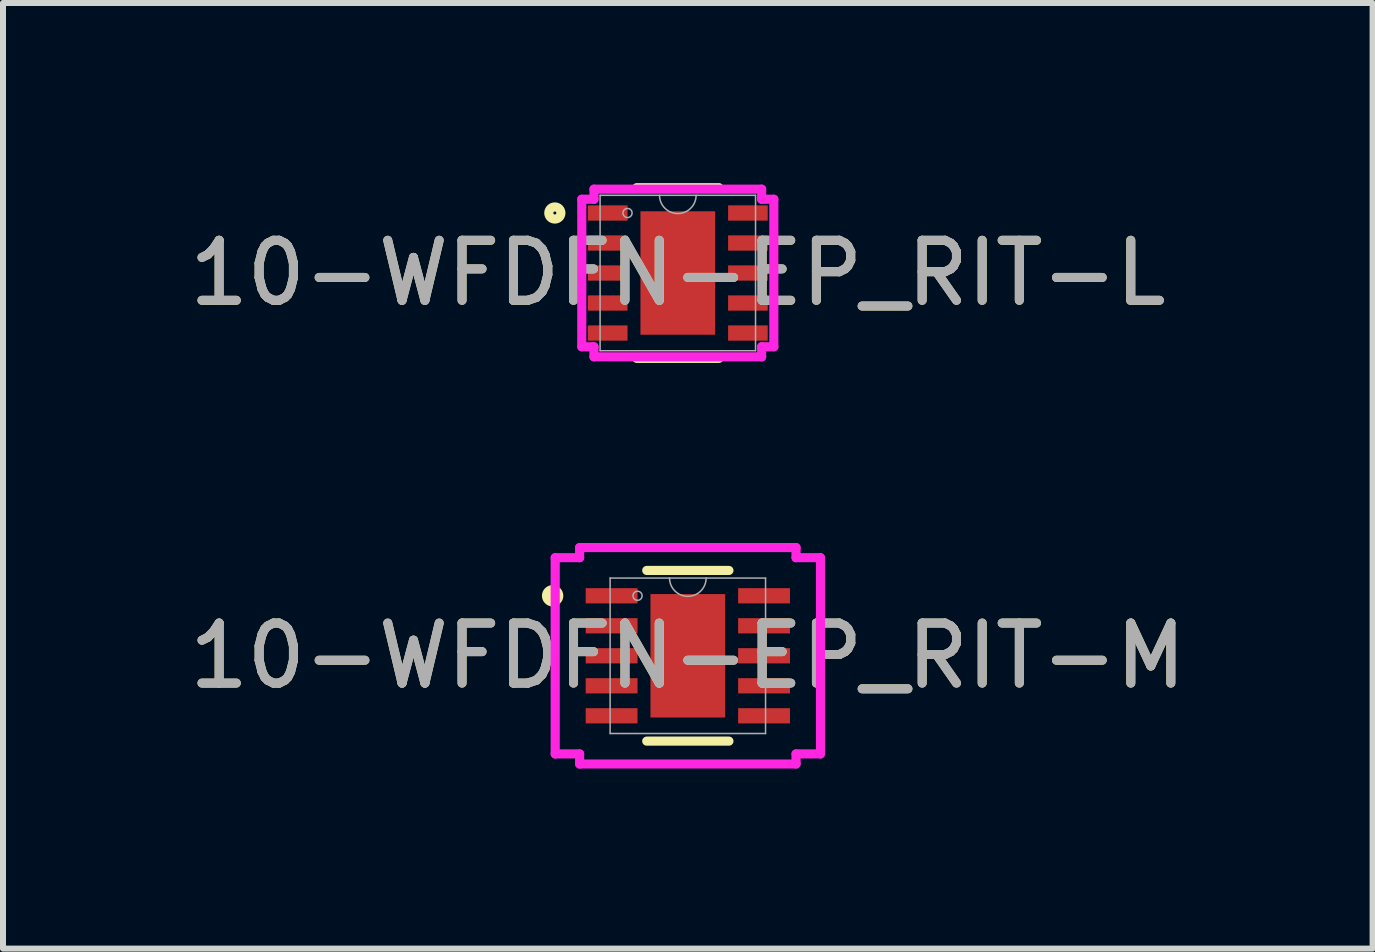
<source format=kicad_pcb>
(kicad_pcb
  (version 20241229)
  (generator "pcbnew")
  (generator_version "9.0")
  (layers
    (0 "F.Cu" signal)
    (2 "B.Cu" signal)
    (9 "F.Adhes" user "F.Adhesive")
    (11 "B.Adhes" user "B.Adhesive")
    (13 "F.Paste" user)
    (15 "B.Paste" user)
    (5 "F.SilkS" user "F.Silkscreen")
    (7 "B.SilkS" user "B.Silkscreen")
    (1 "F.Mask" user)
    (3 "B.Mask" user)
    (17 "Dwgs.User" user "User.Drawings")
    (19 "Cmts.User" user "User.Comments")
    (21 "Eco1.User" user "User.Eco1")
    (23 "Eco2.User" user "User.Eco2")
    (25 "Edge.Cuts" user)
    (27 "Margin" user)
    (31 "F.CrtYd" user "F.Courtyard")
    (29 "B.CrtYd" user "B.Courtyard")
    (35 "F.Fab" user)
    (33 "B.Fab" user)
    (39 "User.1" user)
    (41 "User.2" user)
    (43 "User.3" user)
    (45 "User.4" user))
  (footprint "10-WFDFN-EP_RIT-M"
    (layer "F.Cu")
    (at 8.411 7.877)
    (property "Reference" "10-WFDFN-EP_RIT-M" (at 0 0 0) (unlocked yes) (layer "F.SilkS") (effects (font (size 1 1) (thickness 0.15))))
    (attr smd)
    (fp_line (start -0.685 1.422) (end 0.685 1.422) (stroke (width 0.152) (type solid)) (layer "F.SilkS"))
    (fp_line (start 0.685 -1.422) (end -0.685 -1.422) (stroke (width 0.152) (type solid)) (layer "F.SilkS"))
    (fp_circle (center -2.253 -1) (end -2.151 -1) (stroke (width 0.152) (type solid)) (fill no) (layer "F.SilkS"))
    (fp_line (start -2.21 -1.635) (end -1.803 -1.635) (stroke (width 0.152) (type solid)) (layer "F.CrtYd"))
    (fp_line (start -2.21 1.635) (end -2.21 -1.635) (stroke (width 0.152) (type solid)) (layer "F.CrtYd"))
    (fp_line (start -2.21 1.635) (end -1.803 1.635) (stroke (width 0.152) (type solid)) (layer "F.CrtYd"))
    (fp_line (start -1.803 -1.803) (end 1.803 -1.803) (stroke (width 0.152) (type solid)) (layer "F.CrtYd"))
    (fp_line (start -1.803 -1.635) (end -1.803 -1.803) (stroke (width 0.152) (type solid)) (layer "F.CrtYd"))
    (fp_line (start -1.803 1.803) (end -1.803 1.635) (stroke (width 0.152) (type solid)) (layer "F.CrtYd"))
    (fp_line (start 1.803 -1.803) (end 1.803 -1.635) (stroke (width 0.152) (type solid)) (layer "F.CrtYd"))
    (fp_line (start 1.803 1.635) (end 1.803 1.803) (stroke (width 0.152) (type solid)) (layer "F.CrtYd"))
    (fp_line (start 1.803 1.803) (end -1.803 1.803) (stroke (width 0.152) (type solid)) (layer "F.CrtYd"))
    (fp_line (start 2.21 -1.635) (end 1.803 -1.635) (stroke (width 0.152) (type solid)) (layer "F.CrtYd"))
    (fp_line (start 2.21 -1.635) (end 2.21 1.635) (stroke (width 0.152) (type solid)) (layer "F.CrtYd"))
    (fp_line (start 2.21 1.635) (end 1.803 1.635) (stroke (width 0.152) (type solid)) (layer "F.CrtYd"))
    (fp_line (start -1.295 -1.295) (end -1.295 1.295) (stroke (width 0.025) (type solid)) (layer "F.Fab"))
    (fp_line (start -1.295 1.295) (end 1.295 1.295) (stroke (width 0.025) (type solid)) (layer "F.Fab"))
    (fp_line (start 1.295 -1.295) (end -1.295 -1.295) (stroke (width 0.025) (type solid)) (layer "F.Fab"))
    (fp_line (start 1.295 1.295) (end 1.295 -1.295) (stroke (width 0.025) (type solid)) (layer "F.Fab"))
    (fp_arc (start 0.3048 -1.2954) (mid 0 -0.9906) (end -0.3048 -1.2954) (stroke (width 0.0254) (type solid)) (layer "F.Fab"))
    (fp_circle (center -0.838 -1) (end -0.762 -1) (stroke (width 0.025) (type solid)) (fill no) (layer "F.Fab"))
    (fp_text user "${REFERENCE}" (at 0 0 0) (unlocked yes) (layer "F.Fab") (effects (font (size 1 1) (thickness 0.15))))
    (pad "1" smd rect (at -1.27 -1) (size 0.864 0.254) (layers "F.Cu" "F.Mask" "F.Paste"))
    (pad "2" smd rect (at -1.27 -0.5) (size 0.864 0.254) (layers "F.Cu" "F.Mask" "F.Paste"))
    (pad "3" smd rect (at -1.27 0) (size 0.864 0.254) (layers "F.Cu" "F.Mask" "F.Paste"))
    (pad "4" smd rect (at -1.27 0.5) (size 0.864 0.254) (layers "F.Cu" "F.Mask" "F.Paste"))
    (pad "5" smd rect (at -1.27 1) (size 0.864 0.254) (layers "F.Cu" "F.Mask" "F.Paste"))
    (pad "6" smd rect (at 1.27 1) (size 0.864 0.254) (layers "F.Cu" "F.Mask" "F.Paste"))
    (pad "7" smd rect (at 1.27 0.5) (size 0.864 0.254) (layers "F.Cu" "F.Mask" "F.Paste"))
    (pad "8" smd rect (at 1.27 0) (size 0.864 0.254) (layers "F.Cu" "F.Mask" "F.Paste"))
    (pad "9" smd rect (at 1.27 -0.5) (size 0.864 0.254) (layers "F.Cu" "F.Mask" "F.Paste"))
    (pad "10" smd rect (at 1.27 -1) (size 0.864 0.254) (layers "F.Cu" "F.Mask" "F.Paste"))
    (pad "11" smd rect (at 0 0) (size 1.245 2.057) (layers "F.Cu" "F.Mask" "F.Paste")))
  (footprint "10-WFDFN-EP_RIT-L"
    (layer "F.Cu")
    (at 8.244 1.499)
    (property "Reference" "10-WFDFN-EP_RIT-L" (at 0 0 0) (unlocked yes) (layer "F.SilkS") (effects (font (size 1 1) (thickness 0.15))))
    (attr smd)
    (fp_line (start -0.685 1.422) (end 0.685 1.422) (stroke (width 0.152) (type solid)) (layer "F.SilkS"))
    (fp_line (start 0.685 -1.422) (end -0.685 -1.422) (stroke (width 0.152) (type solid)) (layer "F.SilkS"))
    (fp_circle (center -2.049 -1) (end -1.948 -1) (stroke (width 0.152) (type solid)) (fill no) (layer "F.SilkS"))
    (fp_line (start -1.6 -1.229) (end -1.397 -1.229) (stroke (width 0.152) (type solid)) (layer "F.CrtYd"))
    (fp_line (start -1.6 1.229) (end -1.6 -1.229) (stroke (width 0.152) (type solid)) (layer "F.CrtYd"))
    (fp_line (start -1.6 1.229) (end -1.397 1.229) (stroke (width 0.152) (type solid)) (layer "F.CrtYd"))
    (fp_line (start -1.397 -1.397) (end 1.397 -1.397) (stroke (width 0.152) (type solid)) (layer "F.CrtYd"))
    (fp_line (start -1.397 -1.229) (end -1.397 -1.397) (stroke (width 0.152) (type solid)) (layer "F.CrtYd"))
    (fp_line (start -1.397 1.397) (end -1.397 1.229) (stroke (width 0.152) (type solid)) (layer "F.CrtYd"))
    (fp_line (start 1.397 -1.397) (end 1.397 -1.229) (stroke (width 0.152) (type solid)) (layer "F.CrtYd"))
    (fp_line (start 1.397 1.229) (end 1.397 1.397) (stroke (width 0.152) (type solid)) (layer "F.CrtYd"))
    (fp_line (start 1.397 1.397) (end -1.397 1.397) (stroke (width 0.152) (type solid)) (layer "F.CrtYd"))
    (fp_line (start 1.6 -1.229) (end 1.397 -1.229) (stroke (width 0.152) (type solid)) (layer "F.CrtYd"))
    (fp_line (start 1.6 -1.229) (end 1.6 1.229) (stroke (width 0.152) (type solid)) (layer "F.CrtYd"))
    (fp_line (start 1.6 1.229) (end 1.397 1.229) (stroke (width 0.152) (type solid)) (layer "F.CrtYd"))
    (fp_line (start -1.295 -1.295) (end -1.295 1.295) (stroke (width 0.025) (type solid)) (layer "F.Fab"))
    (fp_line (start -1.295 1.295) (end 1.295 1.295) (stroke (width 0.025) (type solid)) (layer "F.Fab"))
    (fp_line (start 1.295 -1.295) (end -1.295 -1.295) (stroke (width 0.025) (type solid)) (layer "F.Fab"))
    (fp_line (start 1.295 1.295) (end 1.295 -1.295) (stroke (width 0.025) (type solid)) (layer "F.Fab"))
    (fp_arc (start 0.3048 -1.2954) (mid 0 -0.9906) (end -0.3048 -1.2954) (stroke (width 0.0254) (type solid)) (layer "F.Fab"))
    (fp_circle (center -0.838 -1) (end -0.762 -1) (stroke (width 0.025) (type solid)) (fill no) (layer "F.Fab"))
    (fp_text user "${REFERENCE}" (at 0 0 0) (unlocked yes) (layer "F.Fab") (effects (font (size 1 1) (thickness 0.15))))
    (pad "1" smd rect (at -1.168 -1) (size 0.66 0.254) (layers "F.Cu" "F.Mask" "F.Paste"))
    (pad "2" smd rect (at -1.168 -0.5) (size 0.66 0.254) (layers "F.Cu" "F.Mask" "F.Paste"))
    (pad "3" smd rect (at -1.168 0) (size 0.66 0.254) (layers "F.Cu" "F.Mask" "F.Paste"))
    (pad "4" smd rect (at -1.168 0.5) (size 0.66 0.254) (layers "F.Cu" "F.Mask" "F.Paste"))
    (pad "5" smd rect (at -1.168 1) (size 0.66 0.254) (layers "F.Cu" "F.Mask" "F.Paste"))
    (pad "6" smd rect (at 1.168 1) (size 0.66 0.254) (layers "F.Cu" "F.Mask" "F.Paste"))
    (pad "7" smd rect (at 1.168 0.5) (size 0.66 0.254) (layers "F.Cu" "F.Mask" "F.Paste"))
    (pad "8" smd rect (at 1.168 0) (size 0.66 0.254) (layers "F.Cu" "F.Mask" "F.Paste"))
    (pad "9" smd rect (at 1.168 -0.5) (size 0.66 0.254) (layers "F.Cu" "F.Mask" "F.Paste"))
    (pad "10" smd rect (at 1.168 -1) (size 0.66 0.254) (layers "F.Cu" "F.Mask" "F.Paste"))
    (pad "11" smd rect (at 0 0) (size 1.245 2.057) (layers "F.Cu" "F.Mask" "F.Paste")))
  (gr_rect
    (start -3 -3)
    (end 19.821 12.756)
    (stroke (width 0.1) (type default))
    (fill no)
    (layer "Edge.Cuts")))
</source>
